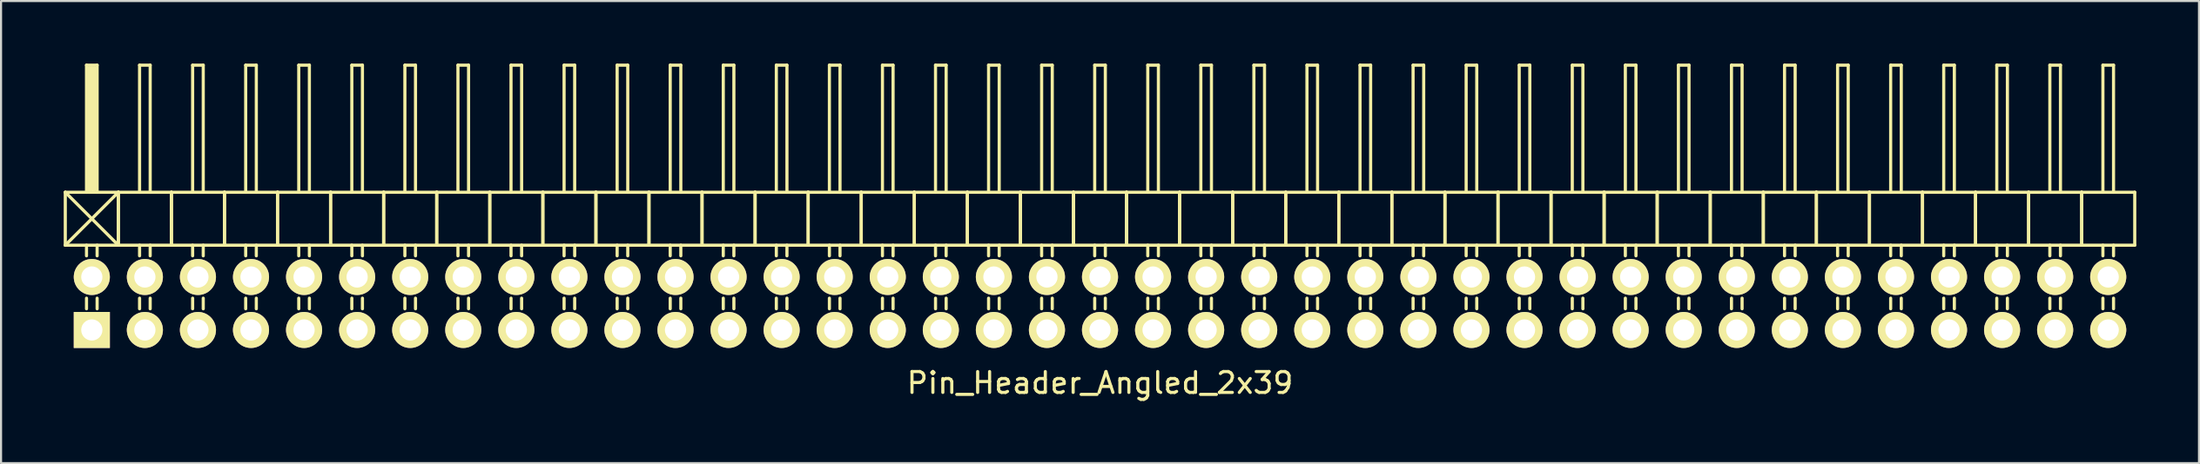
<source format=kicad_pcb>
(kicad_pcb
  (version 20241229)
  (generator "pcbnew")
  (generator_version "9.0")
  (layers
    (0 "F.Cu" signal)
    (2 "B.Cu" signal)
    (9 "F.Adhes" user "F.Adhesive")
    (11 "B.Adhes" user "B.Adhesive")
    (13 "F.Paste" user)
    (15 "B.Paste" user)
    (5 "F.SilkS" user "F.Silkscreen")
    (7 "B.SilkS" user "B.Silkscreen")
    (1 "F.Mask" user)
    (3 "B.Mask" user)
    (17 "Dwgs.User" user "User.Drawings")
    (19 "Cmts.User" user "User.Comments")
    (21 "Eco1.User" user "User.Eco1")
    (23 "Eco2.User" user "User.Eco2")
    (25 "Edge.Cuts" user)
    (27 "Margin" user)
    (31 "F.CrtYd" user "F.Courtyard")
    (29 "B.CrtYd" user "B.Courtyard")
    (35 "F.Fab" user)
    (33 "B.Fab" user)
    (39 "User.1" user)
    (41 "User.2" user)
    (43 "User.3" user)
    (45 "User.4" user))
  (footprint "Pin_Header_Angled_2x39"
    (layer "F.Cu")
    (at 49.605 11.505)
    (property "Reference" "Pin_Header_Angled_2x39" (at 0 3.81 0) (layer "F.SilkS") (effects (font (size 1 1) (thickness 0.15))))
    (attr through_hole)
    (fp_line (start -49.53 -5.334) (end -46.99 -2.794) (stroke (width 0.15) (type solid)) (layer "F.SilkS"))
    (fp_line (start -49.53 -2.794) (end -49.53 -5.334) (stroke (width 0.15) (type solid)) (layer "F.SilkS"))
    (fp_line (start -49.53 -2.794) (end -46.99 -5.334) (stroke (width 0.15) (type solid)) (layer "F.SilkS"))
    (fp_line (start -49.53 -2.794) (end -46.99 -2.794) (stroke (width 0.15) (type solid)) (layer "F.SilkS"))
    (fp_line (start -48.514 -11.43) (end -48.006 -11.43) (stroke (width 0.15) (type solid)) (layer "F.SilkS"))
    (fp_line (start -48.514 -5.334) (end -48.514 -11.43) (stroke (width 0.15) (type solid)) (layer "F.SilkS"))
    (fp_line (start -48.514 -2.794) (end -48.514 -2.286) (stroke (width 0.15) (type solid)) (layer "F.SilkS"))
    (fp_line (start -48.514 -0.254) (end -48.514 0.254) (stroke (width 0.15) (type solid)) (layer "F.SilkS"))
    (fp_line (start -48.387 -11.303) (end -48.133 -11.303) (stroke (width 0.15) (type solid)) (layer "F.SilkS"))
    (fp_line (start -48.387 -5.334) (end -48.387 -11.303) (stroke (width 0.15) (type solid)) (layer "F.SilkS"))
    (fp_line (start -48.26 -5.461) (end -48.26 -11.303) (stroke (width 0.15) (type solid)) (layer "F.SilkS"))
    (fp_line (start -48.133 -11.303) (end -48.133 -5.461) (stroke (width 0.15) (type solid)) (layer "F.SilkS"))
    (fp_line (start -48.133 -5.461) (end -48.26 -5.461) (stroke (width 0.15) (type solid)) (layer "F.SilkS"))
    (fp_line (start -48.006 -11.43) (end -48.006 -5.334) (stroke (width 0.15) (type solid)) (layer "F.SilkS"))
    (fp_line (start -48.006 -2.794) (end -48.006 -2.286) (stroke (width 0.15) (type solid)) (layer "F.SilkS"))
    (fp_line (start -48.006 -0.254) (end -48.006 0.254) (stroke (width 0.15) (type solid)) (layer "F.SilkS"))
    (fp_line (start -46.99 -5.334) (end -49.53 -5.334) (stroke (width 0.15) (type solid)) (layer "F.SilkS"))
    (fp_line (start -46.99 -2.794) (end -46.99 -5.334) (stroke (width 0.15) (type solid)) (layer "F.SilkS"))
    (fp_line (start -46.99 -2.794) (end -46.99 -5.334) (stroke (width 0.15) (type solid)) (layer "F.SilkS"))
    (fp_line (start -46.99 -2.794) (end -44.45 -2.794) (stroke (width 0.15) (type solid)) (layer "F.SilkS"))
    (fp_line (start -45.974 -11.43) (end -45.466 -11.43) (stroke (width 0.15) (type solid)) (layer "F.SilkS"))
    (fp_line (start -45.974 -5.334) (end -45.974 -11.43) (stroke (width 0.15) (type solid)) (layer "F.SilkS"))
    (fp_line (start -45.974 -2.794) (end -45.974 -2.286) (stroke (width 0.15) (type solid)) (layer "F.SilkS"))
    (fp_line (start -45.974 -0.254) (end -45.974 0.254) (stroke (width 0.15) (type solid)) (layer "F.SilkS"))
    (fp_line (start -45.466 -11.43) (end -45.466 -5.334) (stroke (width 0.15) (type solid)) (layer "F.SilkS"))
    (fp_line (start -45.466 -2.794) (end -45.466 -2.286) (stroke (width 0.15) (type solid)) (layer "F.SilkS"))
    (fp_line (start -45.466 -0.254) (end -45.466 0.254) (stroke (width 0.15) (type solid)) (layer "F.SilkS"))
    (fp_line (start -44.45 -5.334) (end -46.99 -5.334) (stroke (width 0.15) (type solid)) (layer "F.SilkS"))
    (fp_line (start -44.45 -2.794) (end -44.45 -5.334) (stroke (width 0.15) (type solid)) (layer "F.SilkS"))
    (fp_line (start -44.45 -2.794) (end -44.45 -5.334) (stroke (width 0.15) (type solid)) (layer "F.SilkS"))
    (fp_line (start -44.45 -2.794) (end -41.91 -2.794) (stroke (width 0.15) (type solid)) (layer "F.SilkS"))
    (fp_line (start -43.434 -11.43) (end -42.926 -11.43) (stroke (width 0.15) (type solid)) (layer "F.SilkS"))
    (fp_line (start -43.434 -5.334) (end -43.434 -11.43) (stroke (width 0.15) (type solid)) (layer "F.SilkS"))
    (fp_line (start -43.434 -2.794) (end -43.434 -2.286) (stroke (width 0.15) (type solid)) (layer "F.SilkS"))
    (fp_line (start -43.434 -0.254) (end -43.434 0.254) (stroke (width 0.15) (type solid)) (layer "F.SilkS"))
    (fp_line (start -42.926 -11.43) (end -42.926 -5.334) (stroke (width 0.15) (type solid)) (layer "F.SilkS"))
    (fp_line (start -42.926 -2.794) (end -42.926 -2.286) (stroke (width 0.15) (type solid)) (layer "F.SilkS"))
    (fp_line (start -42.926 -0.254) (end -42.926 0.254) (stroke (width 0.15) (type solid)) (layer "F.SilkS"))
    (fp_line (start -41.91 -5.334) (end -44.45 -5.334) (stroke (width 0.15) (type solid)) (layer "F.SilkS"))
    (fp_line (start -41.91 -2.794) (end -41.91 -5.334) (stroke (width 0.15) (type solid)) (layer "F.SilkS"))
    (fp_line (start -41.91 -2.794) (end -41.91 -5.334) (stroke (width 0.15) (type solid)) (layer "F.SilkS"))
    (fp_line (start -41.91 -2.794) (end -39.37 -2.794) (stroke (width 0.15) (type solid)) (layer "F.SilkS"))
    (fp_line (start -40.894 -11.43) (end -40.386 -11.43) (stroke (width 0.15) (type solid)) (layer "F.SilkS"))
    (fp_line (start -40.894 -5.334) (end -40.894 -11.43) (stroke (width 0.15) (type solid)) (layer "F.SilkS"))
    (fp_line (start -40.894 -2.794) (end -40.894 -2.286) (stroke (width 0.15) (type solid)) (layer "F.SilkS"))
    (fp_line (start -40.894 -0.254) (end -40.894 0.254) (stroke (width 0.15) (type solid)) (layer "F.SilkS"))
    (fp_line (start -40.386 -11.43) (end -40.386 -5.334) (stroke (width 0.15) (type solid)) (layer "F.SilkS"))
    (fp_line (start -40.386 -2.794) (end -40.386 -2.286) (stroke (width 0.15) (type solid)) (layer "F.SilkS"))
    (fp_line (start -40.386 -0.254) (end -40.386 0.254) (stroke (width 0.15) (type solid)) (layer "F.SilkS"))
    (fp_line (start -39.37 -5.334) (end -41.91 -5.334) (stroke (width 0.15) (type solid)) (layer "F.SilkS"))
    (fp_line (start -39.37 -2.794) (end -39.37 -5.334) (stroke (width 0.15) (type solid)) (layer "F.SilkS"))
    (fp_line (start -39.37 -2.794) (end -39.37 -5.334) (stroke (width 0.15) (type solid)) (layer "F.SilkS"))
    (fp_line (start -39.37 -2.794) (end -36.83 -2.794) (stroke (width 0.15) (type solid)) (layer "F.SilkS"))
    (fp_line (start -38.354 -11.43) (end -37.846 -11.43) (stroke (width 0.15) (type solid)) (layer "F.SilkS"))
    (fp_line (start -38.354 -5.334) (end -38.354 -11.43) (stroke (width 0.15) (type solid)) (layer "F.SilkS"))
    (fp_line (start -38.354 -2.794) (end -38.354 -2.286) (stroke (width 0.15) (type solid)) (layer "F.SilkS"))
    (fp_line (start -38.354 -0.254) (end -38.354 0.254) (stroke (width 0.15) (type solid)) (layer "F.SilkS"))
    (fp_line (start -37.846 -11.43) (end -37.846 -5.334) (stroke (width 0.15) (type solid)) (layer "F.SilkS"))
    (fp_line (start -37.846 -2.794) (end -37.846 -2.286) (stroke (width 0.15) (type solid)) (layer "F.SilkS"))
    (fp_line (start -37.846 -0.254) (end -37.846 0.254) (stroke (width 0.15) (type solid)) (layer "F.SilkS"))
    (fp_line (start -36.83 -5.334) (end -39.37 -5.334) (stroke (width 0.15) (type solid)) (layer "F.SilkS"))
    (fp_line (start -36.83 -2.794) (end -36.83 -5.334) (stroke (width 0.15) (type solid)) (layer "F.SilkS"))
    (fp_line (start -36.83 -2.794) (end -36.83 -5.334) (stroke (width 0.15) (type solid)) (layer "F.SilkS"))
    (fp_line (start -36.83 -2.794) (end -34.29 -2.794) (stroke (width 0.15) (type solid)) (layer "F.SilkS"))
    (fp_line (start -35.814 -11.43) (end -35.306 -11.43) (stroke (width 0.15) (type solid)) (layer "F.SilkS"))
    (fp_line (start -35.814 -5.334) (end -35.814 -11.43) (stroke (width 0.15) (type solid)) (layer "F.SilkS"))
    (fp_line (start -35.814 -2.794) (end -35.814 -2.286) (stroke (width 0.15) (type solid)) (layer "F.SilkS"))
    (fp_line (start -35.814 -0.254) (end -35.814 0.254) (stroke (width 0.15) (type solid)) (layer "F.SilkS"))
    (fp_line (start -35.306 -11.43) (end -35.306 -5.334) (stroke (width 0.15) (type solid)) (layer "F.SilkS"))
    (fp_line (start -35.306 -2.794) (end -35.306 -2.286) (stroke (width 0.15) (type solid)) (layer "F.SilkS"))
    (fp_line (start -35.306 -0.254) (end -35.306 0.254) (stroke (width 0.15) (type solid)) (layer "F.SilkS"))
    (fp_line (start -34.29 -5.334) (end -36.83 -5.334) (stroke (width 0.15) (type solid)) (layer "F.SilkS"))
    (fp_line (start -34.29 -2.794) (end -34.29 -5.334) (stroke (width 0.15) (type solid)) (layer "F.SilkS"))
    (fp_line (start -34.29 -2.794) (end -34.29 -5.334) (stroke (width 0.15) (type solid)) (layer "F.SilkS"))
    (fp_line (start -34.29 -2.794) (end -31.75 -2.794) (stroke (width 0.15) (type solid)) (layer "F.SilkS"))
    (fp_line (start -33.274 -11.43) (end -32.766 -11.43) (stroke (width 0.15) (type solid)) (layer "F.SilkS"))
    (fp_line (start -33.274 -5.334) (end -33.274 -11.43) (stroke (width 0.15) (type solid)) (layer "F.SilkS"))
    (fp_line (start -33.274 -2.794) (end -33.274 -2.286) (stroke (width 0.15) (type solid)) (layer "F.SilkS"))
    (fp_line (start -33.274 -0.254) (end -33.274 0.254) (stroke (width 0.15) (type solid)) (layer "F.SilkS"))
    (fp_line (start -32.766 -11.43) (end -32.766 -5.334) (stroke (width 0.15) (type solid)) (layer "F.SilkS"))
    (fp_line (start -32.766 -2.794) (end -32.766 -2.286) (stroke (width 0.15) (type solid)) (layer "F.SilkS"))
    (fp_line (start -32.766 -0.254) (end -32.766 0.254) (stroke (width 0.15) (type solid)) (layer "F.SilkS"))
    (fp_line (start -31.75 -5.334) (end -34.29 -5.334) (stroke (width 0.15) (type solid)) (layer "F.SilkS"))
    (fp_line (start -31.75 -2.794) (end -31.75 -5.334) (stroke (width 0.15) (type solid)) (layer "F.SilkS"))
    (fp_line (start -31.75 -2.794) (end -31.75 -5.334) (stroke (width 0.15) (type solid)) (layer "F.SilkS"))
    (fp_line (start -31.75 -2.794) (end -29.21 -2.794) (stroke (width 0.15) (type solid)) (layer "F.SilkS"))
    (fp_line (start -30.734 -11.43) (end -30.226 -11.43) (stroke (width 0.15) (type solid)) (layer "F.SilkS"))
    (fp_line (start -30.734 -5.334) (end -30.734 -11.43) (stroke (width 0.15) (type solid)) (layer "F.SilkS"))
    (fp_line (start -30.734 -2.794) (end -30.734 -2.286) (stroke (width 0.15) (type solid)) (layer "F.SilkS"))
    (fp_line (start -30.734 -0.254) (end -30.734 0.254) (stroke (width 0.15) (type solid)) (layer "F.SilkS"))
    (fp_line (start -30.226 -11.43) (end -30.226 -5.334) (stroke (width 0.15) (type solid)) (layer "F.SilkS"))
    (fp_line (start -30.226 -2.794) (end -30.226 -2.286) (stroke (width 0.15) (type solid)) (layer "F.SilkS"))
    (fp_line (start -30.226 -0.254) (end -30.226 0.254) (stroke (width 0.15) (type solid)) (layer "F.SilkS"))
    (fp_line (start -29.21 -5.334) (end -31.75 -5.334) (stroke (width 0.15) (type solid)) (layer "F.SilkS"))
    (fp_line (start -29.21 -2.794) (end -29.21 -5.334) (stroke (width 0.15) (type solid)) (layer "F.SilkS"))
    (fp_line (start -29.21 -2.794) (end -29.21 -5.334) (stroke (width 0.15) (type solid)) (layer "F.SilkS"))
    (fp_line (start -29.21 -2.794) (end -26.67 -2.794) (stroke (width 0.15) (type solid)) (layer "F.SilkS"))
    (fp_line (start -28.194 -11.43) (end -27.686 -11.43) (stroke (width 0.15) (type solid)) (layer "F.SilkS"))
    (fp_line (start -28.194 -5.334) (end -28.194 -11.43) (stroke (width 0.15) (type solid)) (layer "F.SilkS"))
    (fp_line (start -28.194 -2.794) (end -28.194 -2.286) (stroke (width 0.15) (type solid)) (layer "F.SilkS"))
    (fp_line (start -28.194 -0.254) (end -28.194 0.254) (stroke (width 0.15) (type solid)) (layer "F.SilkS"))
    (fp_line (start -27.686 -11.43) (end -27.686 -5.334) (stroke (width 0.15) (type solid)) (layer "F.SilkS"))
    (fp_line (start -27.686 -2.794) (end -27.686 -2.286) (stroke (width 0.15) (type solid)) (layer "F.SilkS"))
    (fp_line (start -27.686 -0.254) (end -27.686 0.254) (stroke (width 0.15) (type solid)) (layer "F.SilkS"))
    (fp_line (start -26.67 -5.334) (end -29.21 -5.334) (stroke (width 0.15) (type solid)) (layer "F.SilkS"))
    (fp_line (start -26.67 -2.794) (end -26.67 -5.334) (stroke (width 0.15) (type solid)) (layer "F.SilkS"))
    (fp_line (start -26.67 -2.794) (end -26.67 -5.334) (stroke (width 0.15) (type solid)) (layer "F.SilkS"))
    (fp_line (start -26.67 -2.794) (end -24.13 -2.794) (stroke (width 0.15) (type solid)) (layer "F.SilkS"))
    (fp_line (start -25.654 -11.43) (end -25.146 -11.43) (stroke (width 0.15) (type solid)) (layer "F.SilkS"))
    (fp_line (start -25.654 -5.334) (end -25.654 -11.43) (stroke (width 0.15) (type solid)) (layer "F.SilkS"))
    (fp_line (start -25.654 -2.794) (end -25.654 -2.286) (stroke (width 0.15) (type solid)) (layer "F.SilkS"))
    (fp_line (start -25.654 -0.254) (end -25.654 0.254) (stroke (width 0.15) (type solid)) (layer "F.SilkS"))
    (fp_line (start -25.146 -11.43) (end -25.146 -5.334) (stroke (width 0.15) (type solid)) (layer "F.SilkS"))
    (fp_line (start -25.146 -2.794) (end -25.146 -2.286) (stroke (width 0.15) (type solid)) (layer "F.SilkS"))
    (fp_line (start -25.146 -0.254) (end -25.146 0.254) (stroke (width 0.15) (type solid)) (layer "F.SilkS"))
    (fp_line (start -24.13 -5.334) (end -26.67 -5.334) (stroke (width 0.15) (type solid)) (layer "F.SilkS"))
    (fp_line (start -24.13 -2.794) (end -24.13 -5.334) (stroke (width 0.15) (type solid)) (layer "F.SilkS"))
    (fp_line (start -24.13 -2.794) (end -24.13 -5.334) (stroke (width 0.15) (type solid)) (layer "F.SilkS"))
    (fp_line (start -24.13 -2.794) (end -21.59 -2.794) (stroke (width 0.15) (type solid)) (layer "F.SilkS"))
    (fp_line (start -23.114 -11.43) (end -22.606 -11.43) (stroke (width 0.15) (type solid)) (layer "F.SilkS"))
    (fp_line (start -23.114 -5.334) (end -23.114 -11.43) (stroke (width 0.15) (type solid)) (layer "F.SilkS"))
    (fp_line (start -23.114 -2.794) (end -23.114 -2.286) (stroke (width 0.15) (type solid)) (layer "F.SilkS"))
    (fp_line (start -23.114 -0.254) (end -23.114 0.254) (stroke (width 0.15) (type solid)) (layer "F.SilkS"))
    (fp_line (start -22.606 -11.43) (end -22.606 -5.334) (stroke (width 0.15) (type solid)) (layer "F.SilkS"))
    (fp_line (start -22.606 -2.794) (end -22.606 -2.286) (stroke (width 0.15) (type solid)) (layer "F.SilkS"))
    (fp_line (start -22.606 -0.254) (end -22.606 0.254) (stroke (width 0.15) (type solid)) (layer "F.SilkS"))
    (fp_line (start -21.59 -5.334) (end -24.13 -5.334) (stroke (width 0.15) (type solid)) (layer "F.SilkS"))
    (fp_line (start -21.59 -2.794) (end -21.59 -5.334) (stroke (width 0.15) (type solid)) (layer "F.SilkS"))
    (fp_line (start -21.59 -2.794) (end -21.59 -5.334) (stroke (width 0.15) (type solid)) (layer "F.SilkS"))
    (fp_line (start -21.59 -2.794) (end -19.05 -2.794) (stroke (width 0.15) (type solid)) (layer "F.SilkS"))
    (fp_line (start -20.574 -11.43) (end -20.066 -11.43) (stroke (width 0.15) (type solid)) (layer "F.SilkS"))
    (fp_line (start -20.574 -5.334) (end -20.574 -11.43) (stroke (width 0.15) (type solid)) (layer "F.SilkS"))
    (fp_line (start -20.574 -2.794) (end -20.574 -2.286) (stroke (width 0.15) (type solid)) (layer "F.SilkS"))
    (fp_line (start -20.574 -0.254) (end -20.574 0.254) (stroke (width 0.15) (type solid)) (layer "F.SilkS"))
    (fp_line (start -20.066 -11.43) (end -20.066 -5.334) (stroke (width 0.15) (type solid)) (layer "F.SilkS"))
    (fp_line (start -20.066 -2.794) (end -20.066 -2.286) (stroke (width 0.15) (type solid)) (layer "F.SilkS"))
    (fp_line (start -20.066 -0.254) (end -20.066 0.254) (stroke (width 0.15) (type solid)) (layer "F.SilkS"))
    (fp_line (start -19.05 -5.334) (end -21.59 -5.334) (stroke (width 0.15) (type solid)) (layer "F.SilkS"))
    (fp_line (start -19.05 -2.794) (end -19.05 -5.334) (stroke (width 0.15) (type solid)) (layer "F.SilkS"))
    (fp_line (start -19.05 -2.794) (end -19.05 -5.334) (stroke (width 0.15) (type solid)) (layer "F.SilkS"))
    (fp_line (start -19.05 -2.794) (end -16.51 -2.794) (stroke (width 0.15) (type solid)) (layer "F.SilkS"))
    (fp_line (start -18.034 -11.43) (end -17.526 -11.43) (stroke (width 0.15) (type solid)) (layer "F.SilkS"))
    (fp_line (start -18.034 -5.334) (end -18.034 -11.43) (stroke (width 0.15) (type solid)) (layer "F.SilkS"))
    (fp_line (start -18.034 -2.794) (end -18.034 -2.286) (stroke (width 0.15) (type solid)) (layer "F.SilkS"))
    (fp_line (start -18.034 -0.254) (end -18.034 0.254) (stroke (width 0.15) (type solid)) (layer "F.SilkS"))
    (fp_line (start -17.526 -11.43) (end -17.526 -5.334) (stroke (width 0.15) (type solid)) (layer "F.SilkS"))
    (fp_line (start -17.526 -2.794) (end -17.526 -2.286) (stroke (width 0.15) (type solid)) (layer "F.SilkS"))
    (fp_line (start -17.526 -0.254) (end -17.526 0.254) (stroke (width 0.15) (type solid)) (layer "F.SilkS"))
    (fp_line (start -16.51 -5.334) (end -19.05 -5.334) (stroke (width 0.15) (type solid)) (layer "F.SilkS"))
    (fp_line (start -16.51 -2.794) (end -16.51 -5.334) (stroke (width 0.15) (type solid)) (layer "F.SilkS"))
    (fp_line (start -16.51 -2.794) (end -16.51 -5.334) (stroke (width 0.15) (type solid)) (layer "F.SilkS"))
    (fp_line (start -16.51 -2.794) (end -13.97 -2.794) (stroke (width 0.15) (type solid)) (layer "F.SilkS"))
    (fp_line (start -15.494 -11.43) (end -14.986 -11.43) (stroke (width 0.15) (type solid)) (layer "F.SilkS"))
    (fp_line (start -15.494 -5.334) (end -15.494 -11.43) (stroke (width 0.15) (type solid)) (layer "F.SilkS"))
    (fp_line (start -15.494 -2.794) (end -15.494 -2.286) (stroke (width 0.15) (type solid)) (layer "F.SilkS"))
    (fp_line (start -15.494 -0.254) (end -15.494 0.254) (stroke (width 0.15) (type solid)) (layer "F.SilkS"))
    (fp_line (start -14.986 -11.43) (end -14.986 -5.334) (stroke (width 0.15) (type solid)) (layer "F.SilkS"))
    (fp_line (start -14.986 -2.794) (end -14.986 -2.286) (stroke (width 0.15) (type solid)) (layer "F.SilkS"))
    (fp_line (start -14.986 -0.254) (end -14.986 0.254) (stroke (width 0.15) (type solid)) (layer "F.SilkS"))
    (fp_line (start -13.97 -5.334) (end -16.51 -5.334) (stroke (width 0.15) (type solid)) (layer "F.SilkS"))
    (fp_line (start -13.97 -2.794) (end -13.97 -5.334) (stroke (width 0.15) (type solid)) (layer "F.SilkS"))
    (fp_line (start -13.97 -2.794) (end -13.97 -5.334) (stroke (width 0.15) (type solid)) (layer "F.SilkS"))
    (fp_line (start -13.97 -2.794) (end -11.43 -2.794) (stroke (width 0.15) (type solid)) (layer "F.SilkS"))
    (fp_line (start -12.954 -11.43) (end -12.446 -11.43) (stroke (width 0.15) (type solid)) (layer "F.SilkS"))
    (fp_line (start -12.954 -5.334) (end -12.954 -11.43) (stroke (width 0.15) (type solid)) (layer "F.SilkS"))
    (fp_line (start -12.954 -2.794) (end -12.954 -2.286) (stroke (width 0.15) (type solid)) (layer "F.SilkS"))
    (fp_line (start -12.954 -0.254) (end -12.954 0.254) (stroke (width 0.15) (type solid)) (layer "F.SilkS"))
    (fp_line (start -12.446 -11.43) (end -12.446 -5.334) (stroke (width 0.15) (type solid)) (layer "F.SilkS"))
    (fp_line (start -12.446 -2.794) (end -12.446 -2.286) (stroke (width 0.15) (type solid)) (layer "F.SilkS"))
    (fp_line (start -12.446 -0.254) (end -12.446 0.254) (stroke (width 0.15) (type solid)) (layer "F.SilkS"))
    (fp_line (start -11.43 -5.334) (end -13.97 -5.334) (stroke (width 0.15) (type solid)) (layer "F.SilkS"))
    (fp_line (start -11.43 -2.794) (end -11.43 -5.334) (stroke (width 0.15) (type solid)) (layer "F.SilkS"))
    (fp_line (start -11.43 -2.794) (end -11.43 -5.334) (stroke (width 0.15) (type solid)) (layer "F.SilkS"))
    (fp_line (start -11.43 -2.794) (end -8.89 -2.794) (stroke (width 0.15) (type solid)) (layer "F.SilkS"))
    (fp_line (start -10.414 -11.43) (end -9.906 -11.43) (stroke (width 0.15) (type solid)) (layer "F.SilkS"))
    (fp_line (start -10.414 -5.334) (end -10.414 -11.43) (stroke (width 0.15) (type solid)) (layer "F.SilkS"))
    (fp_line (start -10.414 -2.794) (end -10.414 -2.286) (stroke (width 0.15) (type solid)) (layer "F.SilkS"))
    (fp_line (start -10.414 -0.254) (end -10.414 0.254) (stroke (width 0.15) (type solid)) (layer "F.SilkS"))
    (fp_line (start -9.906 -11.43) (end -9.906 -5.334) (stroke (width 0.15) (type solid)) (layer "F.SilkS"))
    (fp_line (start -9.906 -2.794) (end -9.906 -2.286) (stroke (width 0.15) (type solid)) (layer "F.SilkS"))
    (fp_line (start -9.906 -0.254) (end -9.906 0.254) (stroke (width 0.15) (type solid)) (layer "F.SilkS"))
    (fp_line (start -8.89 -5.334) (end -11.43 -5.334) (stroke (width 0.15) (type solid)) (layer "F.SilkS"))
    (fp_line (start -8.89 -2.794) (end -8.89 -5.334) (stroke (width 0.15) (type solid)) (layer "F.SilkS"))
    (fp_line (start -8.89 -2.794) (end -8.89 -5.334) (stroke (width 0.15) (type solid)) (layer "F.SilkS"))
    (fp_line (start -8.89 -2.794) (end -6.35 -2.794) (stroke (width 0.15) (type solid)) (layer "F.SilkS"))
    (fp_line (start -7.874 -11.43) (end -7.366 -11.43) (stroke (width 0.15) (type solid)) (layer "F.SilkS"))
    (fp_line (start -7.874 -5.334) (end -7.874 -11.43) (stroke (width 0.15) (type solid)) (layer "F.SilkS"))
    (fp_line (start -7.874 -2.794) (end -7.874 -2.286) (stroke (width 0.15) (type solid)) (layer "F.SilkS"))
    (fp_line (start -7.874 -0.254) (end -7.874 0.254) (stroke (width 0.15) (type solid)) (layer "F.SilkS"))
    (fp_line (start -7.366 -11.43) (end -7.366 -5.334) (stroke (width 0.15) (type solid)) (layer "F.SilkS"))
    (fp_line (start -7.366 -2.794) (end -7.366 -2.286) (stroke (width 0.15) (type solid)) (layer "F.SilkS"))
    (fp_line (start -7.366 -0.254) (end -7.366 0.254) (stroke (width 0.15) (type solid)) (layer "F.SilkS"))
    (fp_line (start -6.35 -5.334) (end -8.89 -5.334) (stroke (width 0.15) (type solid)) (layer "F.SilkS"))
    (fp_line (start -6.35 -2.794) (end -6.35 -5.334) (stroke (width 0.15) (type solid)) (layer "F.SilkS"))
    (fp_line (start -6.35 -2.794) (end -6.35 -5.334) (stroke (width 0.15) (type solid)) (layer "F.SilkS"))
    (fp_line (start -6.35 -2.794) (end -3.81 -2.794) (stroke (width 0.15) (type solid)) (layer "F.SilkS"))
    (fp_line (start -5.334 -11.43) (end -4.826 -11.43) (stroke (width 0.15) (type solid)) (layer "F.SilkS"))
    (fp_line (start -5.334 -5.334) (end -5.334 -11.43) (stroke (width 0.15) (type solid)) (layer "F.SilkS"))
    (fp_line (start -5.334 -2.794) (end -5.334 -2.286) (stroke (width 0.15) (type solid)) (layer "F.SilkS"))
    (fp_line (start -5.334 -0.254) (end -5.334 0.254) (stroke (width 0.15) (type solid)) (layer "F.SilkS"))
    (fp_line (start -4.826 -11.43) (end -4.826 -5.334) (stroke (width 0.15) (type solid)) (layer "F.SilkS"))
    (fp_line (start -4.826 -2.794) (end -4.826 -2.286) (stroke (width 0.15) (type solid)) (layer "F.SilkS"))
    (fp_line (start -4.826 -0.254) (end -4.826 0.254) (stroke (width 0.15) (type solid)) (layer "F.SilkS"))
    (fp_line (start -3.81 -5.334) (end -6.35 -5.334) (stroke (width 0.15) (type solid)) (layer "F.SilkS"))
    (fp_line (start -3.81 -2.794) (end -3.81 -5.334) (stroke (width 0.15) (type solid)) (layer "F.SilkS"))
    (fp_line (start -3.81 -2.794) (end -3.81 -5.334) (stroke (width 0.15) (type solid)) (layer "F.SilkS"))
    (fp_line (start -3.81 -2.794) (end -1.27 -2.794) (stroke (width 0.15) (type solid)) (layer "F.SilkS"))
    (fp_line (start -2.794 -11.43) (end -2.286 -11.43) (stroke (width 0.15) (type solid)) (layer "F.SilkS"))
    (fp_line (start -2.794 -5.334) (end -2.794 -11.43) (stroke (width 0.15) (type solid)) (layer "F.SilkS"))
    (fp_line (start -2.794 -2.794) (end -2.794 -2.286) (stroke (width 0.15) (type solid)) (layer "F.SilkS"))
    (fp_line (start -2.794 -0.254) (end -2.794 0.254) (stroke (width 0.15) (type solid)) (layer "F.SilkS"))
    (fp_line (start -2.286 -11.43) (end -2.286 -5.334) (stroke (width 0.15) (type solid)) (layer "F.SilkS"))
    (fp_line (start -2.286 -2.794) (end -2.286 -2.286) (stroke (width 0.15) (type solid)) (layer "F.SilkS"))
    (fp_line (start -2.286 -0.254) (end -2.286 0.254) (stroke (width 0.15) (type solid)) (layer "F.SilkS"))
    (fp_line (start -1.27 -5.334) (end -3.81 -5.334) (stroke (width 0.15) (type solid)) (layer "F.SilkS"))
    (fp_line (start -1.27 -2.794) (end -1.27 -5.334) (stroke (width 0.15) (type solid)) (layer "F.SilkS"))
    (fp_line (start -1.27 -2.794) (end -1.27 -5.334) (stroke (width 0.15) (type solid)) (layer "F.SilkS"))
    (fp_line (start -1.27 -2.794) (end 1.27 -2.794) (stroke (width 0.15) (type solid)) (layer "F.SilkS"))
    (fp_line (start -0.254 -11.43) (end 0.254 -11.43) (stroke (width 0.15) (type solid)) (layer "F.SilkS"))
    (fp_line (start -0.254 -5.334) (end -0.254 -11.43) (stroke (width 0.15) (type solid)) (layer "F.SilkS"))
    (fp_line (start -0.254 -2.794) (end -0.254 -2.286) (stroke (width 0.15) (type solid)) (layer "F.SilkS"))
    (fp_line (start -0.254 -0.254) (end -0.254 0.254) (stroke (width 0.15) (type solid)) (layer "F.SilkS"))
    (fp_line (start 0.254 -11.43) (end 0.254 -5.334) (stroke (width 0.15) (type solid)) (layer "F.SilkS"))
    (fp_line (start 0.254 -2.794) (end 0.254 -2.286) (stroke (width 0.15) (type solid)) (layer "F.SilkS"))
    (fp_line (start 0.254 -0.254) (end 0.254 0.254) (stroke (width 0.15) (type solid)) (layer "F.SilkS"))
    (fp_line (start 1.27 -5.334) (end -1.27 -5.334) (stroke (width 0.15) (type solid)) (layer "F.SilkS"))
    (fp_line (start 1.27 -2.794) (end 1.27 -5.334) (stroke (width 0.15) (type solid)) (layer "F.SilkS"))
    (fp_line (start 1.27 -2.794) (end 1.27 -5.334) (stroke (width 0.15) (type solid)) (layer "F.SilkS"))
    (fp_line (start 1.27 -2.794) (end 3.81 -2.794) (stroke (width 0.15) (type solid)) (layer "F.SilkS"))
    (fp_line (start 2.286 -11.43) (end 2.794 -11.43) (stroke (width 0.15) (type solid)) (layer "F.SilkS"))
    (fp_line (start 2.286 -5.334) (end 2.286 -11.43) (stroke (width 0.15) (type solid)) (layer "F.SilkS"))
    (fp_line (start 2.286 -2.794) (end 2.286 -2.286) (stroke (width 0.15) (type solid)) (layer "F.SilkS"))
    (fp_line (start 2.286 -0.254) (end 2.286 0.254) (stroke (width 0.15) (type solid)) (layer "F.SilkS"))
    (fp_line (start 2.794 -11.43) (end 2.794 -5.334) (stroke (width 0.15) (type solid)) (layer "F.SilkS"))
    (fp_line (start 2.794 -2.794) (end 2.794 -2.286) (stroke (width 0.15) (type solid)) (layer "F.SilkS"))
    (fp_line (start 2.794 -0.254) (end 2.794 0.254) (stroke (width 0.15) (type solid)) (layer "F.SilkS"))
    (fp_line (start 3.81 -5.334) (end 1.27 -5.334) (stroke (width 0.15) (type solid)) (layer "F.SilkS"))
    (fp_line (start 3.81 -2.794) (end 3.81 -5.334) (stroke (width 0.15) (type solid)) (layer "F.SilkS"))
    (fp_line (start 3.81 -2.794) (end 3.81 -5.334) (stroke (width 0.15) (type solid)) (layer "F.SilkS"))
    (fp_line (start 3.81 -2.794) (end 6.35 -2.794) (stroke (width 0.15) (type solid)) (layer "F.SilkS"))
    (fp_line (start 4.826 -11.43) (end 5.334 -11.43) (stroke (width 0.15) (type solid)) (layer "F.SilkS"))
    (fp_line (start 4.826 -5.334) (end 4.826 -11.43) (stroke (width 0.15) (type solid)) (layer "F.SilkS"))
    (fp_line (start 4.826 -2.794) (end 4.826 -2.286) (stroke (width 0.15) (type solid)) (layer "F.SilkS"))
    (fp_line (start 4.826 -0.254) (end 4.826 0.254) (stroke (width 0.15) (type solid)) (layer "F.SilkS"))
    (fp_line (start 5.334 -11.43) (end 5.334 -5.334) (stroke (width 0.15) (type solid)) (layer "F.SilkS"))
    (fp_line (start 5.334 -2.794) (end 5.334 -2.286) (stroke (width 0.15) (type solid)) (layer "F.SilkS"))
    (fp_line (start 5.334 -0.254) (end 5.334 0.254) (stroke (width 0.15) (type solid)) (layer "F.SilkS"))
    (fp_line (start 6.35 -5.334) (end 3.81 -5.334) (stroke (width 0.15) (type solid)) (layer "F.SilkS"))
    (fp_line (start 6.35 -2.794) (end 6.35 -5.334) (stroke (width 0.15) (type solid)) (layer "F.SilkS"))
    (fp_line (start 6.35 -2.794) (end 6.35 -5.334) (stroke (width 0.15) (type solid)) (layer "F.SilkS"))
    (fp_line (start 6.35 -2.794) (end 8.89 -2.794) (stroke (width 0.15) (type solid)) (layer "F.SilkS"))
    (fp_line (start 7.366 -11.43) (end 7.874 -11.43) (stroke (width 0.15) (type solid)) (layer "F.SilkS"))
    (fp_line (start 7.366 -5.334) (end 7.366 -11.43) (stroke (width 0.15) (type solid)) (layer "F.SilkS"))
    (fp_line (start 7.366 -2.794) (end 7.366 -2.286) (stroke (width 0.15) (type solid)) (layer "F.SilkS"))
    (fp_line (start 7.366 -0.254) (end 7.366 0.254) (stroke (width 0.15) (type solid)) (layer "F.SilkS"))
    (fp_line (start 7.874 -11.43) (end 7.874 -5.334) (stroke (width 0.15) (type solid)) (layer "F.SilkS"))
    (fp_line (start 7.874 -2.794) (end 7.874 -2.286) (stroke (width 0.15) (type solid)) (layer "F.SilkS"))
    (fp_line (start 7.874 -0.254) (end 7.874 0.254) (stroke (width 0.15) (type solid)) (layer "F.SilkS"))
    (fp_line (start 8.89 -5.334) (end 6.35 -5.334) (stroke (width 0.15) (type solid)) (layer "F.SilkS"))
    (fp_line (start 8.89 -2.794) (end 8.89 -5.334) (stroke (width 0.15) (type solid)) (layer "F.SilkS"))
    (fp_line (start 8.89 -2.794) (end 8.89 -5.334) (stroke (width 0.15) (type solid)) (layer "F.SilkS"))
    (fp_line (start 8.89 -2.794) (end 11.43 -2.794) (stroke (width 0.15) (type solid)) (layer "F.SilkS"))
    (fp_line (start 9.906 -11.43) (end 10.414 -11.43) (stroke (width 0.15) (type solid)) (layer "F.SilkS"))
    (fp_line (start 9.906 -5.334) (end 9.906 -11.43) (stroke (width 0.15) (type solid)) (layer "F.SilkS"))
    (fp_line (start 9.906 -2.794) (end 9.906 -2.286) (stroke (width 0.15) (type solid)) (layer "F.SilkS"))
    (fp_line (start 9.906 -0.254) (end 9.906 0.254) (stroke (width 0.15) (type solid)) (layer "F.SilkS"))
    (fp_line (start 10.414 -11.43) (end 10.414 -5.334) (stroke (width 0.15) (type solid)) (layer "F.SilkS"))
    (fp_line (start 10.414 -2.794) (end 10.414 -2.286) (stroke (width 0.15) (type solid)) (layer "F.SilkS"))
    (fp_line (start 10.414 -0.254) (end 10.414 0.254) (stroke (width 0.15) (type solid)) (layer "F.SilkS"))
    (fp_line (start 11.43 -5.334) (end 8.89 -5.334) (stroke (width 0.15) (type solid)) (layer "F.SilkS"))
    (fp_line (start 11.43 -2.794) (end 11.43 -5.334) (stroke (width 0.15) (type solid)) (layer "F.SilkS"))
    (fp_line (start 11.43 -2.794) (end 11.43 -5.334) (stroke (width 0.15) (type solid)) (layer "F.SilkS"))
    (fp_line (start 11.43 -2.794) (end 13.97 -2.794) (stroke (width 0.15) (type solid)) (layer "F.SilkS"))
    (fp_line (start 12.446 -11.43) (end 12.954 -11.43) (stroke (width 0.15) (type solid)) (layer "F.SilkS"))
    (fp_line (start 12.446 -5.334) (end 12.446 -11.43) (stroke (width 0.15) (type solid)) (layer "F.SilkS"))
    (fp_line (start 12.446 -2.794) (end 12.446 -2.286) (stroke (width 0.15) (type solid)) (layer "F.SilkS"))
    (fp_line (start 12.446 -0.254) (end 12.446 0.254) (stroke (width 0.15) (type solid)) (layer "F.SilkS"))
    (fp_line (start 12.954 -11.43) (end 12.954 -5.334) (stroke (width 0.15) (type solid)) (layer "F.SilkS"))
    (fp_line (start 12.954 -2.794) (end 12.954 -2.286) (stroke (width 0.15) (type solid)) (layer "F.SilkS"))
    (fp_line (start 12.954 -0.254) (end 12.954 0.254) (stroke (width 0.15) (type solid)) (layer "F.SilkS"))
    (fp_line (start 13.97 -5.334) (end 11.43 -5.334) (stroke (width 0.15) (type solid)) (layer "F.SilkS"))
    (fp_line (start 13.97 -2.794) (end 13.97 -5.334) (stroke (width 0.15) (type solid)) (layer "F.SilkS"))
    (fp_line (start 13.97 -2.794) (end 13.97 -5.334) (stroke (width 0.15) (type solid)) (layer "F.SilkS"))
    (fp_line (start 13.97 -2.794) (end 16.51 -2.794) (stroke (width 0.15) (type solid)) (layer "F.SilkS"))
    (fp_line (start 14.986 -11.43) (end 15.494 -11.43) (stroke (width 0.15) (type solid)) (layer "F.SilkS"))
    (fp_line (start 14.986 -5.334) (end 14.986 -11.43) (stroke (width 0.15) (type solid)) (layer "F.SilkS"))
    (fp_line (start 14.986 -2.794) (end 14.986 -2.286) (stroke (width 0.15) (type solid)) (layer "F.SilkS"))
    (fp_line (start 14.986 -0.254) (end 14.986 0.254) (stroke (width 0.15) (type solid)) (layer "F.SilkS"))
    (fp_line (start 15.494 -11.43) (end 15.494 -5.334) (stroke (width 0.15) (type solid)) (layer "F.SilkS"))
    (fp_line (start 15.494 -2.794) (end 15.494 -2.286) (stroke (width 0.15) (type solid)) (layer "F.SilkS"))
    (fp_line (start 15.494 -0.254) (end 15.494 0.254) (stroke (width 0.15) (type solid)) (layer "F.SilkS"))
    (fp_line (start 16.51 -5.334) (end 13.97 -5.334) (stroke (width 0.15) (type solid)) (layer "F.SilkS"))
    (fp_line (start 16.51 -2.794) (end 16.51 -5.334) (stroke (width 0.15) (type solid)) (layer "F.SilkS"))
    (fp_line (start 16.51 -2.794) (end 16.51 -5.334) (stroke (width 0.15) (type solid)) (layer "F.SilkS"))
    (fp_line (start 16.51 -2.794) (end 19.05 -2.794) (stroke (width 0.15) (type solid)) (layer "F.SilkS"))
    (fp_line (start 17.526 -11.43) (end 18.034 -11.43) (stroke (width 0.15) (type solid)) (layer "F.SilkS"))
    (fp_line (start 17.526 -5.334) (end 17.526 -11.43) (stroke (width 0.15) (type solid)) (layer "F.SilkS"))
    (fp_line (start 17.526 -2.794) (end 17.526 -2.286) (stroke (width 0.15) (type solid)) (layer "F.SilkS"))
    (fp_line (start 17.526 -0.254) (end 17.526 0.254) (stroke (width 0.15) (type solid)) (layer "F.SilkS"))
    (fp_line (start 18.034 -11.43) (end 18.034 -5.334) (stroke (width 0.15) (type solid)) (layer "F.SilkS"))
    (fp_line (start 18.034 -2.794) (end 18.034 -2.286) (stroke (width 0.15) (type solid)) (layer "F.SilkS"))
    (fp_line (start 18.034 -0.254) (end 18.034 0.254) (stroke (width 0.15) (type solid)) (layer "F.SilkS"))
    (fp_line (start 19.05 -5.334) (end 16.51 -5.334) (stroke (width 0.15) (type solid)) (layer "F.SilkS"))
    (fp_line (start 19.05 -2.794) (end 19.05 -5.334) (stroke (width 0.15) (type solid)) (layer "F.SilkS"))
    (fp_line (start 19.05 -2.794) (end 19.05 -5.334) (stroke (width 0.15) (type solid)) (layer "F.SilkS"))
    (fp_line (start 19.05 -2.794) (end 21.59 -2.794) (stroke (width 0.15) (type solid)) (layer "F.SilkS"))
    (fp_line (start 20.066 -11.43) (end 20.574 -11.43) (stroke (width 0.15) (type solid)) (layer "F.SilkS"))
    (fp_line (start 20.066 -5.334) (end 20.066 -11.43) (stroke (width 0.15) (type solid)) (layer "F.SilkS"))
    (fp_line (start 20.066 -2.794) (end 20.066 -2.286) (stroke (width 0.15) (type solid)) (layer "F.SilkS"))
    (fp_line (start 20.066 -0.254) (end 20.066 0.254) (stroke (width 0.15) (type solid)) (layer "F.SilkS"))
    (fp_line (start 20.574 -11.43) (end 20.574 -5.334) (stroke (width 0.15) (type solid)) (layer "F.SilkS"))
    (fp_line (start 20.574 -2.794) (end 20.574 -2.286) (stroke (width 0.15) (type solid)) (layer "F.SilkS"))
    (fp_line (start 20.574 -0.254) (end 20.574 0.254) (stroke (width 0.15) (type solid)) (layer "F.SilkS"))
    (fp_line (start 21.59 -5.334) (end 19.05 -5.334) (stroke (width 0.15) (type solid)) (layer "F.SilkS"))
    (fp_line (start 21.59 -2.794) (end 21.59 -5.334) (stroke (width 0.15) (type solid)) (layer "F.SilkS"))
    (fp_line (start 21.59 -2.794) (end 21.59 -5.334) (stroke (width 0.15) (type solid)) (layer "F.SilkS"))
    (fp_line (start 21.59 -2.794) (end 24.13 -2.794) (stroke (width 0.15) (type solid)) (layer "F.SilkS"))
    (fp_line (start 22.606 -11.43) (end 23.114 -11.43) (stroke (width 0.15) (type solid)) (layer "F.SilkS"))
    (fp_line (start 22.606 -5.334) (end 22.606 -11.43) (stroke (width 0.15) (type solid)) (layer "F.SilkS"))
    (fp_line (start 22.606 -2.794) (end 22.606 -2.286) (stroke (width 0.15) (type solid)) (layer "F.SilkS"))
    (fp_line (start 22.606 -0.254) (end 22.606 0.254) (stroke (width 0.15) (type solid)) (layer "F.SilkS"))
    (fp_line (start 23.114 -11.43) (end 23.114 -5.334) (stroke (width 0.15) (type solid)) (layer "F.SilkS"))
    (fp_line (start 23.114 -2.794) (end 23.114 -2.286) (stroke (width 0.15) (type solid)) (layer "F.SilkS"))
    (fp_line (start 23.114 -0.254) (end 23.114 0.254) (stroke (width 0.15) (type solid)) (layer "F.SilkS"))
    (fp_line (start 24.13 -5.334) (end 21.59 -5.334) (stroke (width 0.15) (type solid)) (layer "F.SilkS"))
    (fp_line (start 24.13 -2.794) (end 24.13 -5.334) (stroke (width 0.15) (type solid)) (layer "F.SilkS"))
    (fp_line (start 24.13 -2.794) (end 24.13 -5.334) (stroke (width 0.15) (type solid)) (layer "F.SilkS"))
    (fp_line (start 24.13 -2.794) (end 26.67 -2.794) (stroke (width 0.15) (type solid)) (layer "F.SilkS"))
    (fp_line (start 25.146 -11.43) (end 25.654 -11.43) (stroke (width 0.15) (type solid)) (layer "F.SilkS"))
    (fp_line (start 25.146 -5.334) (end 25.146 -11.43) (stroke (width 0.15) (type solid)) (layer "F.SilkS"))
    (fp_line (start 25.146 -2.794) (end 25.146 -2.286) (stroke (width 0.15) (type solid)) (layer "F.SilkS"))
    (fp_line (start 25.146 -0.254) (end 25.146 0.254) (stroke (width 0.15) (type solid)) (layer "F.SilkS"))
    (fp_line (start 25.654 -11.43) (end 25.654 -5.334) (stroke (width 0.15) (type solid)) (layer "F.SilkS"))
    (fp_line (start 25.654 -2.794) (end 25.654 -2.286) (stroke (width 0.15) (type solid)) (layer "F.SilkS"))
    (fp_line (start 25.654 -0.254) (end 25.654 0.254) (stroke (width 0.15) (type solid)) (layer "F.SilkS"))
    (fp_line (start 26.67 -5.334) (end 24.13 -5.334) (stroke (width 0.15) (type solid)) (layer "F.SilkS"))
    (fp_line (start 26.67 -2.794) (end 26.67 -5.334) (stroke (width 0.15) (type solid)) (layer "F.SilkS"))
    (fp_line (start 26.67 -2.794) (end 26.67 -5.334) (stroke (width 0.15) (type solid)) (layer "F.SilkS"))
    (fp_line (start 26.67 -2.794) (end 29.21 -2.794) (stroke (width 0.15) (type solid)) (layer "F.SilkS"))
    (fp_line (start 27.686 -11.43) (end 28.194 -11.43) (stroke (width 0.15) (type solid)) (layer "F.SilkS"))
    (fp_line (start 27.686 -5.334) (end 27.686 -11.43) (stroke (width 0.15) (type solid)) (layer "F.SilkS"))
    (fp_line (start 27.686 -2.794) (end 27.686 -2.286) (stroke (width 0.15) (type solid)) (layer "F.SilkS"))
    (fp_line (start 27.686 -0.254) (end 27.686 0.254) (stroke (width 0.15) (type solid)) (layer "F.SilkS"))
    (fp_line (start 28.194 -11.43) (end 28.194 -5.334) (stroke (width 0.15) (type solid)) (layer "F.SilkS"))
    (fp_line (start 28.194 -2.794) (end 28.194 -2.286) (stroke (width 0.15) (type solid)) (layer "F.SilkS"))
    (fp_line (start 28.194 -0.254) (end 28.194 0.254) (stroke (width 0.15) (type solid)) (layer "F.SilkS"))
    (fp_line (start 29.21 -5.334) (end 26.67 -5.334) (stroke (width 0.15) (type solid)) (layer "F.SilkS"))
    (fp_line (start 29.21 -2.794) (end 29.21 -5.334) (stroke (width 0.15) (type solid)) (layer "F.SilkS"))
    (fp_line (start 29.21 -2.794) (end 29.21 -5.334) (stroke (width 0.15) (type solid)) (layer "F.SilkS"))
    (fp_line (start 29.21 -2.794) (end 31.75 -2.794) (stroke (width 0.15) (type solid)) (layer "F.SilkS"))
    (fp_line (start 30.226 -11.43) (end 30.734 -11.43) (stroke (width 0.15) (type solid)) (layer "F.SilkS"))
    (fp_line (start 30.226 -5.334) (end 30.226 -11.43) (stroke (width 0.15) (type solid)) (layer "F.SilkS"))
    (fp_line (start 30.226 -2.794) (end 30.226 -2.286) (stroke (width 0.15) (type solid)) (layer "F.SilkS"))
    (fp_line (start 30.226 -0.254) (end 30.226 0.254) (stroke (width 0.15) (type solid)) (layer "F.SilkS"))
    (fp_line (start 30.734 -11.43) (end 30.734 -5.334) (stroke (width 0.15) (type solid)) (layer "F.SilkS"))
    (fp_line (start 30.734 -2.794) (end 30.734 -2.286) (stroke (width 0.15) (type solid)) (layer "F.SilkS"))
    (fp_line (start 30.734 -0.254) (end 30.734 0.254) (stroke (width 0.15) (type solid)) (layer "F.SilkS"))
    (fp_line (start 31.75 -5.334) (end 29.21 -5.334) (stroke (width 0.15) (type solid)) (layer "F.SilkS"))
    (fp_line (start 31.75 -2.794) (end 31.75 -5.334) (stroke (width 0.15) (type solid)) (layer "F.SilkS"))
    (fp_line (start 31.75 -2.794) (end 31.75 -5.334) (stroke (width 0.15) (type solid)) (layer "F.SilkS"))
    (fp_line (start 31.75 -2.794) (end 34.29 -2.794) (stroke (width 0.15) (type solid)) (layer "F.SilkS"))
    (fp_line (start 32.766 -11.43) (end 33.274 -11.43) (stroke (width 0.15) (type solid)) (layer "F.SilkS"))
    (fp_line (start 32.766 -5.334) (end 32.766 -11.43) (stroke (width 0.15) (type solid)) (layer "F.SilkS"))
    (fp_line (start 32.766 -2.794) (end 32.766 -2.286) (stroke (width 0.15) (type solid)) (layer "F.SilkS"))
    (fp_line (start 32.766 -0.254) (end 32.766 0.254) (stroke (width 0.15) (type solid)) (layer "F.SilkS"))
    (fp_line (start 33.274 -11.43) (end 33.274 -5.334) (stroke (width 0.15) (type solid)) (layer "F.SilkS"))
    (fp_line (start 33.274 -2.794) (end 33.274 -2.286) (stroke (width 0.15) (type solid)) (layer "F.SilkS"))
    (fp_line (start 33.274 -0.254) (end 33.274 0.254) (stroke (width 0.15) (type solid)) (layer "F.SilkS"))
    (fp_line (start 34.29 -5.334) (end 31.75 -5.334) (stroke (width 0.15) (type solid)) (layer "F.SilkS"))
    (fp_line (start 34.29 -2.794) (end 34.29 -5.334) (stroke (width 0.15) (type solid)) (layer "F.SilkS"))
    (fp_line (start 34.29 -2.794) (end 34.29 -5.334) (stroke (width 0.15) (type solid)) (layer "F.SilkS"))
    (fp_line (start 34.29 -2.794) (end 36.83 -2.794) (stroke (width 0.15) (type solid)) (layer "F.SilkS"))
    (fp_line (start 35.306 -11.43) (end 35.814 -11.43) (stroke (width 0.15) (type solid)) (layer "F.SilkS"))
    (fp_line (start 35.306 -5.334) (end 35.306 -11.43) (stroke (width 0.15) (type solid)) (layer "F.SilkS"))
    (fp_line (start 35.306 -2.794) (end 35.306 -2.286) (stroke (width 0.15) (type solid)) (layer "F.SilkS"))
    (fp_line (start 35.306 -0.254) (end 35.306 0.254) (stroke (width 0.15) (type solid)) (layer "F.SilkS"))
    (fp_line (start 35.814 -11.43) (end 35.814 -5.334) (stroke (width 0.15) (type solid)) (layer "F.SilkS"))
    (fp_line (start 35.814 -2.794) (end 35.814 -2.286) (stroke (width 0.15) (type solid)) (layer "F.SilkS"))
    (fp_line (start 35.814 -0.254) (end 35.814 0.254) (stroke (width 0.15) (type solid)) (layer "F.SilkS"))
    (fp_line (start 36.83 -5.334) (end 34.29 -5.334) (stroke (width 0.15) (type solid)) (layer "F.SilkS"))
    (fp_line (start 36.83 -2.794) (end 36.83 -5.334) (stroke (width 0.15) (type solid)) (layer "F.SilkS"))
    (fp_line (start 36.83 -2.794) (end 36.83 -5.334) (stroke (width 0.15) (type solid)) (layer "F.SilkS"))
    (fp_line (start 36.83 -2.794) (end 39.37 -2.794) (stroke (width 0.15) (type solid)) (layer "F.SilkS"))
    (fp_line (start 37.846 -11.43) (end 38.354 -11.43) (stroke (width 0.15) (type solid)) (layer "F.SilkS"))
    (fp_line (start 37.846 -5.334) (end 37.846 -11.43) (stroke (width 0.15) (type solid)) (layer "F.SilkS"))
    (fp_line (start 37.846 -2.794) (end 37.846 -2.286) (stroke (width 0.15) (type solid)) (layer "F.SilkS"))
    (fp_line (start 37.846 -0.254) (end 37.846 0.254) (stroke (width 0.15) (type solid)) (layer "F.SilkS"))
    (fp_line (start 38.354 -11.43) (end 38.354 -5.334) (stroke (width 0.15) (type solid)) (layer "F.SilkS"))
    (fp_line (start 38.354 -2.794) (end 38.354 -2.286) (stroke (width 0.15) (type solid)) (layer "F.SilkS"))
    (fp_line (start 38.354 -0.254) (end 38.354 0.254) (stroke (width 0.15) (type solid)) (layer "F.SilkS"))
    (fp_line (start 39.37 -5.334) (end 36.83 -5.334) (stroke (width 0.15) (type solid)) (layer "F.SilkS"))
    (fp_line (start 39.37 -2.794) (end 39.37 -5.334) (stroke (width 0.15) (type solid)) (layer "F.SilkS"))
    (fp_line (start 39.37 -2.794) (end 39.37 -5.334) (stroke (width 0.15) (type solid)) (layer "F.SilkS"))
    (fp_line (start 39.37 -2.794) (end 41.91 -2.794) (stroke (width 0.15) (type solid)) (layer "F.SilkS"))
    (fp_line (start 40.386 -11.43) (end 40.894 -11.43) (stroke (width 0.15) (type solid)) (layer "F.SilkS"))
    (fp_line (start 40.386 -5.334) (end 40.386 -11.43) (stroke (width 0.15) (type solid)) (layer "F.SilkS"))
    (fp_line (start 40.386 -2.794) (end 40.386 -2.286) (stroke (width 0.15) (type solid)) (layer "F.SilkS"))
    (fp_line (start 40.386 -0.254) (end 40.386 0.254) (stroke (width 0.15) (type solid)) (layer "F.SilkS"))
    (fp_line (start 40.894 -11.43) (end 40.894 -5.334) (stroke (width 0.15) (type solid)) (layer "F.SilkS"))
    (fp_line (start 40.894 -2.794) (end 40.894 -2.286) (stroke (width 0.15) (type solid)) (layer "F.SilkS"))
    (fp_line (start 40.894 -0.254) (end 40.894 0.254) (stroke (width 0.15) (type solid)) (layer "F.SilkS"))
    (fp_line (start 41.91 -5.334) (end 39.37 -5.334) (stroke (width 0.15) (type solid)) (layer "F.SilkS"))
    (fp_line (start 41.91 -2.794) (end 41.91 -5.334) (stroke (width 0.15) (type solid)) (layer "F.SilkS"))
    (fp_line (start 41.91 -2.794) (end 41.91 -5.334) (stroke (width 0.15) (type solid)) (layer "F.SilkS"))
    (fp_line (start 41.91 -2.794) (end 44.45 -2.794) (stroke (width 0.15) (type solid)) (layer "F.SilkS"))
    (fp_line (start 42.926 -11.43) (end 43.434 -11.43) (stroke (width 0.15) (type solid)) (layer "F.SilkS"))
    (fp_line (start 42.926 -5.334) (end 42.926 -11.43) (stroke (width 0.15) (type solid)) (layer "F.SilkS"))
    (fp_line (start 42.926 -2.794) (end 42.926 -2.286) (stroke (width 0.15) (type solid)) (layer "F.SilkS"))
    (fp_line (start 42.926 -0.254) (end 42.926 0.254) (stroke (width 0.15) (type solid)) (layer "F.SilkS"))
    (fp_line (start 43.434 -11.43) (end 43.434 -5.334) (stroke (width 0.15) (type solid)) (layer "F.SilkS"))
    (fp_line (start 43.434 -2.794) (end 43.434 -2.286) (stroke (width 0.15) (type solid)) (layer "F.SilkS"))
    (fp_line (start 43.434 -0.254) (end 43.434 0.254) (stroke (width 0.15) (type solid)) (layer "F.SilkS"))
    (fp_line (start 44.45 -5.334) (end 41.91 -5.334) (stroke (width 0.15) (type solid)) (layer "F.SilkS"))
    (fp_line (start 44.45 -2.794) (end 44.45 -5.334) (stroke (width 0.15) (type solid)) (layer "F.SilkS"))
    (fp_line (start 44.45 -2.794) (end 44.45 -5.334) (stroke (width 0.15) (type solid)) (layer "F.SilkS"))
    (fp_line (start 44.45 -2.794) (end 46.99 -2.794) (stroke (width 0.15) (type solid)) (layer "F.SilkS"))
    (fp_line (start 45.466 -11.43) (end 45.974 -11.43) (stroke (width 0.15) (type solid)) (layer "F.SilkS"))
    (fp_line (start 45.466 -5.334) (end 45.466 -11.43) (stroke (width 0.15) (type solid)) (layer "F.SilkS"))
    (fp_line (start 45.466 -2.794) (end 45.466 -2.286) (stroke (width 0.15) (type solid)) (layer "F.SilkS"))
    (fp_line (start 45.466 -0.254) (end 45.466 0.254) (stroke (width 0.15) (type solid)) (layer "F.SilkS"))
    (fp_line (start 45.974 -11.43) (end 45.974 -5.334) (stroke (width 0.15) (type solid)) (layer "F.SilkS"))
    (fp_line (start 45.974 -2.794) (end 45.974 -2.286) (stroke (width 0.15) (type solid)) (layer "F.SilkS"))
    (fp_line (start 45.974 -0.254) (end 45.974 0.254) (stroke (width 0.15) (type solid)) (layer "F.SilkS"))
    (fp_line (start 46.99 -5.334) (end 44.45 -5.334) (stroke (width 0.15) (type solid)) (layer "F.SilkS"))
    (fp_line (start 46.99 -2.794) (end 46.99 -5.334) (stroke (width 0.15) (type solid)) (layer "F.SilkS"))
    (fp_line (start 46.99 -2.794) (end 46.99 -5.334) (stroke (width 0.15) (type solid)) (layer "F.SilkS"))
    (fp_line (start 46.99 -2.794) (end 49.53 -2.794) (stroke (width 0.15) (type solid)) (layer "F.SilkS"))
    (fp_line (start 48.006 -11.43) (end 48.514 -11.43) (stroke (width 0.15) (type solid)) (layer "F.SilkS"))
    (fp_line (start 48.006 -5.334) (end 48.006 -11.43) (stroke (width 0.15) (type solid)) (layer "F.SilkS"))
    (fp_line (start 48.006 -2.794) (end 48.006 -2.286) (stroke (width 0.15) (type solid)) (layer "F.SilkS"))
    (fp_line (start 48.006 -0.254) (end 48.006 0.254) (stroke (width 0.15) (type solid)) (layer "F.SilkS"))
    (fp_line (start 48.514 -11.43) (end 48.514 -5.334) (stroke (width 0.15) (type solid)) (layer "F.SilkS"))
    (fp_line (start 48.514 -2.794) (end 48.514 -2.286) (stroke (width 0.15) (type solid)) (layer "F.SilkS"))
    (fp_line (start 48.514 -0.254) (end 48.514 0.254) (stroke (width 0.15) (type solid)) (layer "F.SilkS"))
    (fp_line (start 49.53 -5.334) (end 46.99 -5.334) (stroke (width 0.15) (type solid)) (layer "F.SilkS"))
    (fp_line (start 49.53 -2.794) (end 49.53 -5.334) (stroke (width 0.15) (type solid)) (layer "F.SilkS"))
    (pad "1" thru_hole rect (at -48.26 1.27) (size 1.727 1.727) (drill 1.016) (layers "*.Cu" "*.Mask" "F.SilkS"))
    (pad "2" thru_hole oval (at -48.26 -1.27) (size 1.727 1.727) (drill 1.016) (layers "*.Cu" "*.Mask" "F.SilkS"))
    (pad "3" thru_hole oval (at -45.72 1.27) (size 1.727 1.727) (drill 1.016) (layers "*.Cu" "*.Mask" "F.SilkS"))
    (pad "4" thru_hole oval (at -45.72 -1.27) (size 1.727 1.727) (drill 1.016) (layers "*.Cu" "*.Mask" "F.SilkS"))
    (pad "5" thru_hole oval (at -43.18 1.27) (size 1.727 1.727) (drill 1.016) (layers "*.Cu" "*.Mask" "F.SilkS"))
    (pad "6" thru_hole oval (at -43.18 -1.27) (size 1.727 1.727) (drill 1.016) (layers "*.Cu" "*.Mask" "F.SilkS"))
    (pad "7" thru_hole oval (at -40.64 1.27) (size 1.727 1.727) (drill 1.016) (layers "*.Cu" "*.Mask" "F.SilkS"))
    (pad "8" thru_hole oval (at -40.64 -1.27) (size 1.727 1.727) (drill 1.016) (layers "*.Cu" "*.Mask" "F.SilkS"))
    (pad "9" thru_hole oval (at -38.1 1.27) (size 1.727 1.727) (drill 1.016) (layers "*.Cu" "*.Mask" "F.SilkS"))
    (pad "10" thru_hole oval (at -38.1 -1.27) (size 1.727 1.727) (drill 1.016) (layers "*.Cu" "*.Mask" "F.SilkS"))
    (pad "11" thru_hole oval (at -35.56 1.27) (size 1.727 1.727) (drill 1.016) (layers "*.Cu" "*.Mask" "F.SilkS"))
    (pad "12" thru_hole oval (at -35.56 -1.27) (size 1.727 1.727) (drill 1.016) (layers "*.Cu" "*.Mask" "F.SilkS"))
    (pad "13" thru_hole oval (at -33.02 1.27) (size 1.727 1.727) (drill 1.016) (layers "*.Cu" "*.Mask" "F.SilkS"))
    (pad "14" thru_hole oval (at -33.02 -1.27) (size 1.727 1.727) (drill 1.016) (layers "*.Cu" "*.Mask" "F.SilkS"))
    (pad "15" thru_hole oval (at -30.48 1.27) (size 1.727 1.727) (drill 1.016) (layers "*.Cu" "*.Mask" "F.SilkS"))
    (pad "16" thru_hole oval (at -30.48 -1.27) (size 1.727 1.727) (drill 1.016) (layers "*.Cu" "*.Mask" "F.SilkS"))
    (pad "17" thru_hole oval (at -27.94 1.27) (size 1.727 1.727) (drill 1.016) (layers "*.Cu" "*.Mask" "F.SilkS"))
    (pad "18" thru_hole oval (at -27.94 -1.27) (size 1.727 1.727) (drill 1.016) (layers "*.Cu" "*.Mask" "F.SilkS"))
    (pad "19" thru_hole oval (at -25.4 1.27) (size 1.727 1.727) (drill 1.016) (layers "*.Cu" "*.Mask" "F.SilkS"))
    (pad "20" thru_hole oval (at -25.4 -1.27) (size 1.727 1.727) (drill 1.016) (layers "*.Cu" "*.Mask" "F.SilkS"))
    (pad "21" thru_hole oval (at -22.86 1.27) (size 1.727 1.727) (drill 1.016) (layers "*.Cu" "*.Mask" "F.SilkS"))
    (pad "22" thru_hole oval (at -22.86 -1.27) (size 1.727 1.727) (drill 1.016) (layers "*.Cu" "*.Mask" "F.SilkS"))
    (pad "23" thru_hole oval (at -20.32 1.27) (size 1.727 1.727) (drill 1.016) (layers "*.Cu" "*.Mask" "F.SilkS"))
    (pad "24" thru_hole oval (at -20.32 -1.27) (size 1.727 1.727) (drill 1.016) (layers "*.Cu" "*.Mask" "F.SilkS"))
    (pad "25" thru_hole oval (at -17.78 1.27) (size 1.727 1.727) (drill 1.016) (layers "*.Cu" "*.Mask" "F.SilkS"))
    (pad "26" thru_hole oval (at -17.78 -1.27) (size 1.727 1.727) (drill 1.016) (layers "*.Cu" "*.Mask" "F.SilkS"))
    (pad "27" thru_hole oval (at -15.24 1.27) (size 1.727 1.727) (drill 1.016) (layers "*.Cu" "*.Mask" "F.SilkS"))
    (pad "28" thru_hole oval (at -15.24 -1.27) (size 1.727 1.727) (drill 1.016) (layers "*.Cu" "*.Mask" "F.SilkS"))
    (pad "29" thru_hole oval (at -12.7 1.27) (size 1.727 1.727) (drill 1.016) (layers "*.Cu" "*.Mask" "F.SilkS"))
    (pad "30" thru_hole oval (at -12.7 -1.27) (size 1.727 1.727) (drill 1.016) (layers "*.Cu" "*.Mask" "F.SilkS"))
    (pad "31" thru_hole oval (at -10.16 1.27) (size 1.727 1.727) (drill 1.016) (layers "*.Cu" "*.Mask" "F.SilkS"))
    (pad "32" thru_hole oval (at -10.16 -1.27) (size 1.727 1.727) (drill 1.016) (layers "*.Cu" "*.Mask" "F.SilkS"))
    (pad "33" thru_hole oval (at -7.62 1.27) (size 1.727 1.727) (drill 1.016) (layers "*.Cu" "*.Mask" "F.SilkS"))
    (pad "34" thru_hole oval (at -7.62 -1.27) (size 1.727 1.727) (drill 1.016) (layers "*.Cu" "*.Mask" "F.SilkS"))
    (pad "35" thru_hole oval (at -5.08 1.27) (size 1.727 1.727) (drill 1.016) (layers "*.Cu" "*.Mask" "F.SilkS"))
    (pad "36" thru_hole oval (at -5.08 -1.27) (size 1.727 1.727) (drill 1.016) (layers "*.Cu" "*.Mask" "F.SilkS"))
    (pad "37" thru_hole oval (at -2.54 1.27) (size 1.727 1.727) (drill 1.016) (layers "*.Cu" "*.Mask" "F.SilkS"))
    (pad "38" thru_hole oval (at -2.54 -1.27) (size 1.727 1.727) (drill 1.016) (layers "*.Cu" "*.Mask" "F.SilkS"))
    (pad "39" thru_hole oval (at 0 1.27) (size 1.727 1.727) (drill 1.016) (layers "*.Cu" "*.Mask" "F.SilkS"))
    (pad "40" thru_hole oval (at 0 -1.27) (size 1.727 1.727) (drill 1.016) (layers "*.Cu" "*.Mask" "F.SilkS"))
    (pad "41" thru_hole oval (at 2.54 1.27) (size 1.727 1.727) (drill 1.016) (layers "*.Cu" "*.Mask" "F.SilkS"))
    (pad "42" thru_hole oval (at 2.54 -1.27) (size 1.727 1.727) (drill 1.016) (layers "*.Cu" "*.Mask" "F.SilkS"))
    (pad "43" thru_hole oval (at 5.08 1.27) (size 1.727 1.727) (drill 1.016) (layers "*.Cu" "*.Mask" "F.SilkS"))
    (pad "44" thru_hole oval (at 5.08 -1.27) (size 1.727 1.727) (drill 1.016) (layers "*.Cu" "*.Mask" "F.SilkS"))
    (pad "45" thru_hole oval (at 7.62 1.27) (size 1.727 1.727) (drill 1.016) (layers "*.Cu" "*.Mask" "F.SilkS"))
    (pad "46" thru_hole oval (at 7.62 -1.27) (size 1.727 1.727) (drill 1.016) (layers "*.Cu" "*.Mask" "F.SilkS"))
    (pad "47" thru_hole oval (at 10.16 1.27) (size 1.727 1.727) (drill 1.016) (layers "*.Cu" "*.Mask" "F.SilkS"))
    (pad "48" thru_hole oval (at 10.16 -1.27) (size 1.727 1.727) (drill 1.016) (layers "*.Cu" "*.Mask" "F.SilkS"))
    (pad "49" thru_hole oval (at 12.7 1.27) (size 1.727 1.727) (drill 1.016) (layers "*.Cu" "*.Mask" "F.SilkS"))
    (pad "50" thru_hole oval (at 12.7 -1.27) (size 1.727 1.727) (drill 1.016) (layers "*.Cu" "*.Mask" "F.SilkS"))
    (pad "51" thru_hole oval (at 15.24 1.27) (size 1.727 1.727) (drill 1.016) (layers "*.Cu" "*.Mask" "F.SilkS"))
    (pad "52" thru_hole oval (at 15.24 -1.27) (size 1.727 1.727) (drill 1.016) (layers "*.Cu" "*.Mask" "F.SilkS"))
    (pad "53" thru_hole oval (at 17.78 1.27) (size 1.727 1.727) (drill 1.016) (layers "*.Cu" "*.Mask" "F.SilkS"))
    (pad "54" thru_hole oval (at 17.78 -1.27) (size 1.727 1.727) (drill 1.016) (layers "*.Cu" "*.Mask" "F.SilkS"))
    (pad "55" thru_hole oval (at 20.32 1.27) (size 1.727 1.727) (drill 1.016) (layers "*.Cu" "*.Mask" "F.SilkS"))
    (pad "56" thru_hole oval (at 20.32 -1.27) (size 1.727 1.727) (drill 1.016) (layers "*.Cu" "*.Mask" "F.SilkS"))
    (pad "57" thru_hole oval (at 22.86 1.27) (size 1.727 1.727) (drill 1.016) (layers "*.Cu" "*.Mask" "F.SilkS"))
    (pad "58" thru_hole oval (at 22.86 -1.27) (size 1.727 1.727) (drill 1.016) (layers "*.Cu" "*.Mask" "F.SilkS"))
    (pad "59" thru_hole oval (at 25.4 1.27) (size 1.727 1.727) (drill 1.016) (layers "*.Cu" "*.Mask" "F.SilkS"))
    (pad "60" thru_hole oval (at 25.4 -1.27) (size 1.727 1.727) (drill 1.016) (layers "*.Cu" "*.Mask" "F.SilkS"))
    (pad "61" thru_hole oval (at 27.94 1.27) (size 1.727 1.727) (drill 1.016) (layers "*.Cu" "*.Mask" "F.SilkS"))
    (pad "62" thru_hole oval (at 27.94 -1.27) (size 1.727 1.727) (drill 1.016) (layers "*.Cu" "*.Mask" "F.SilkS"))
    (pad "63" thru_hole oval (at 30.48 1.27) (size 1.727 1.727) (drill 1.016) (layers "*.Cu" "*.Mask" "F.SilkS"))
    (pad "64" thru_hole oval (at 30.48 -1.27) (size 1.727 1.727) (drill 1.016) (layers "*.Cu" "*.Mask" "F.SilkS"))
    (pad "65" thru_hole oval (at 33.02 1.27) (size 1.727 1.727) (drill 1.016) (layers "*.Cu" "*.Mask" "F.SilkS"))
    (pad "66" thru_hole oval (at 33.02 -1.27) (size 1.727 1.727) (drill 1.016) (layers "*.Cu" "*.Mask" "F.SilkS"))
    (pad "67" thru_hole oval (at 35.56 1.27) (size 1.727 1.727) (drill 1.016) (layers "*.Cu" "*.Mask" "F.SilkS"))
    (pad "68" thru_hole oval (at 35.56 -1.27) (size 1.727 1.727) (drill 1.016) (layers "*.Cu" "*.Mask" "F.SilkS"))
    (pad "69" thru_hole oval (at 38.1 1.27) (size 1.727 1.727) (drill 1.016) (layers "*.Cu" "*.Mask" "F.SilkS"))
    (pad "70" thru_hole oval (at 38.1 -1.27) (size 1.727 1.727) (drill 1.016) (layers "*.Cu" "*.Mask" "F.SilkS"))
    (pad "71" thru_hole oval (at 40.64 1.27) (size 1.727 1.727) (drill 1.016) (layers "*.Cu" "*.Mask" "F.SilkS"))
    (pad "72" thru_hole oval (at 40.64 -1.27) (size 1.727 1.727) (drill 1.016) (layers "*.Cu" "*.Mask" "F.SilkS"))
    (pad "73" thru_hole oval (at 43.18 1.27) (size 1.727 1.727) (drill 1.016) (layers "*.Cu" "*.Mask" "F.SilkS"))
    (pad "74" thru_hole oval (at 43.18 -1.27) (size 1.727 1.727) (drill 1.016) (layers "*.Cu" "*.Mask" "F.SilkS"))
    (pad "75" thru_hole oval (at 45.72 1.27) (size 1.727 1.727) (drill 1.016) (layers "*.Cu" "*.Mask" "F.SilkS"))
    (pad "76" thru_hole oval (at 45.72 -1.27) (size 1.727 1.727) (drill 1.016) (layers "*.Cu" "*.Mask" "F.SilkS"))
    (pad "77" thru_hole oval (at 48.26 1.27) (size 1.727 1.727) (drill 1.016) (layers "*.Cu" "*.Mask" "F.SilkS"))
    (pad "78" thru_hole oval (at 48.26 -1.27) (size 1.727 1.727) (drill 1.016) (layers "*.Cu" "*.Mask" "F.SilkS")))
  (gr_rect
    (start -3 -3)
    (end 102.21 19.163)
    (stroke (width 0.1) (type default))
    (fill no)
    (layer "Edge.Cuts")))
</source>
